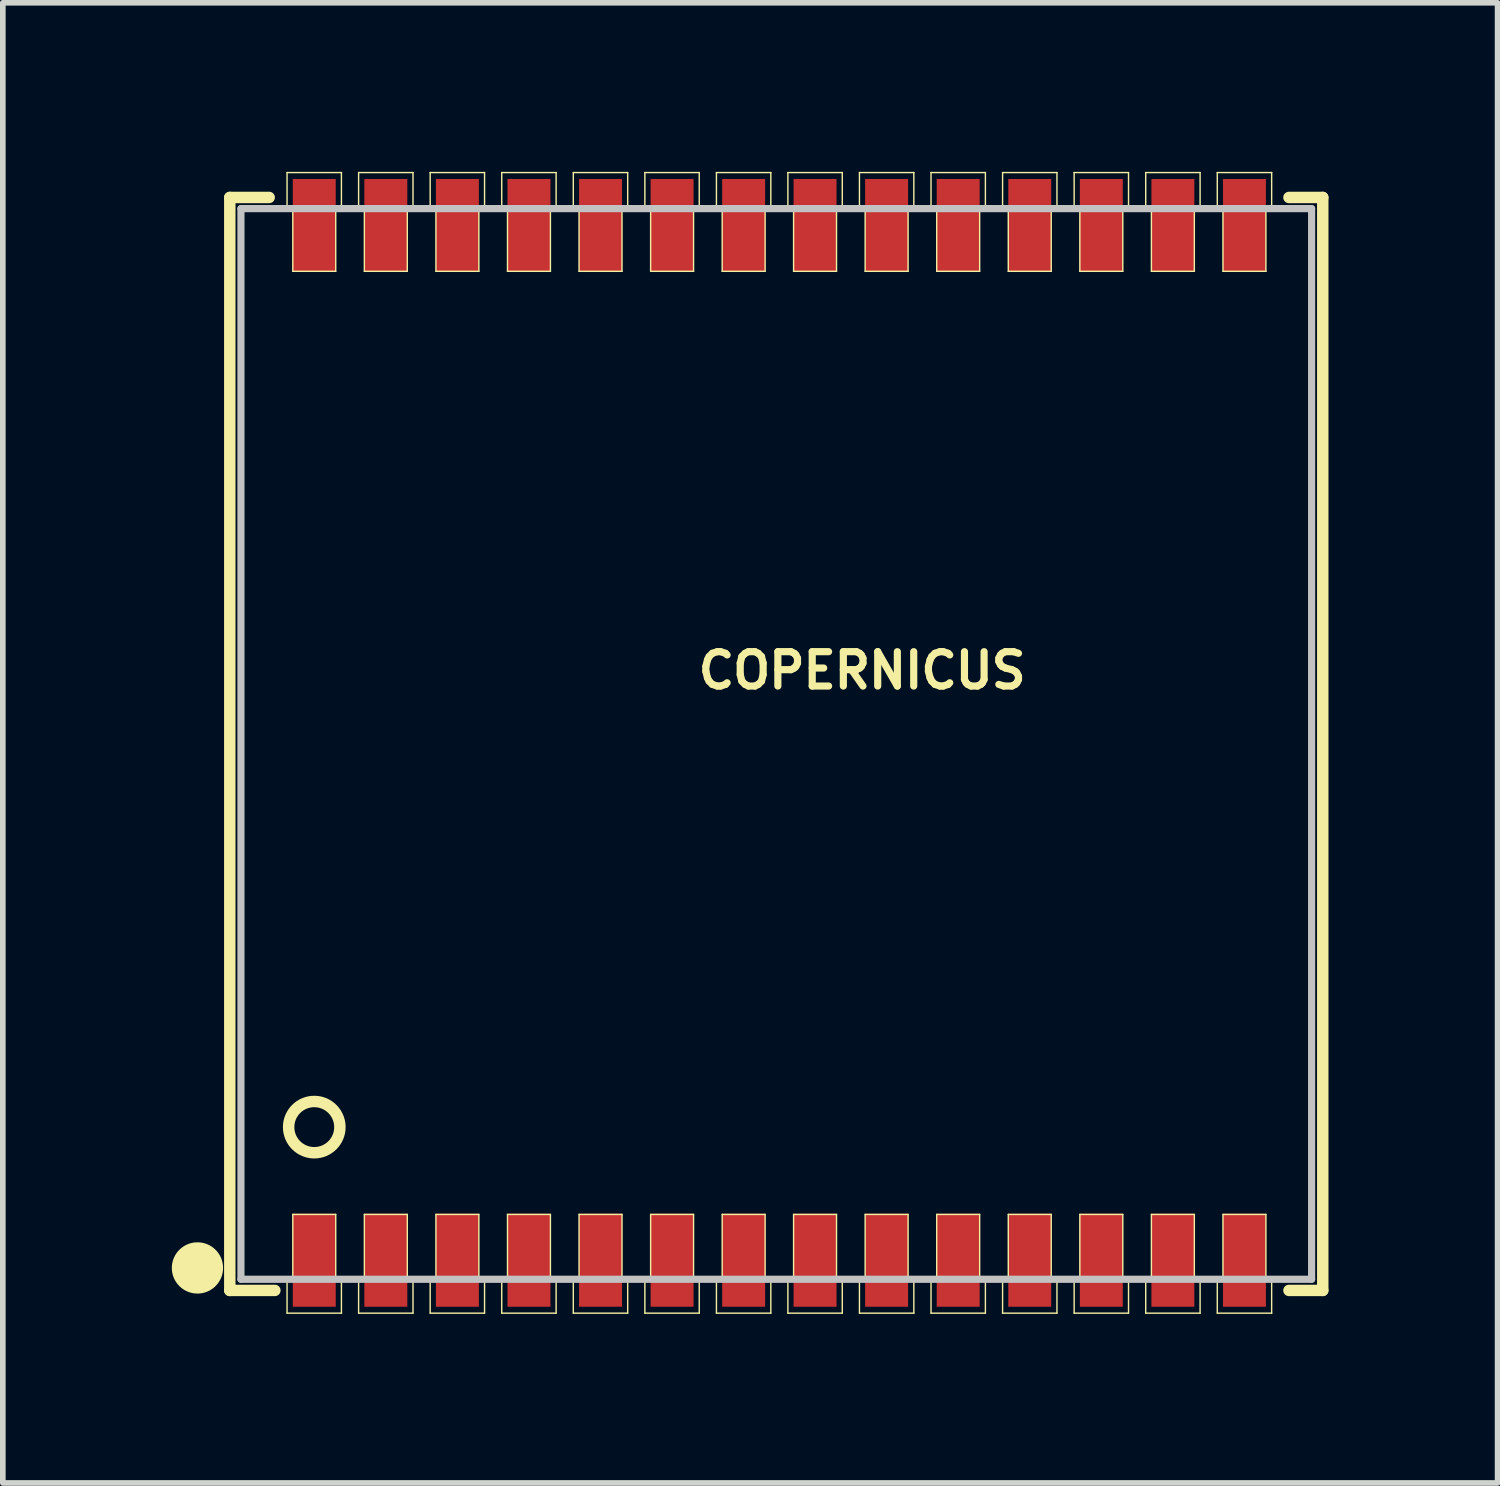
<source format=kicad_pcb>
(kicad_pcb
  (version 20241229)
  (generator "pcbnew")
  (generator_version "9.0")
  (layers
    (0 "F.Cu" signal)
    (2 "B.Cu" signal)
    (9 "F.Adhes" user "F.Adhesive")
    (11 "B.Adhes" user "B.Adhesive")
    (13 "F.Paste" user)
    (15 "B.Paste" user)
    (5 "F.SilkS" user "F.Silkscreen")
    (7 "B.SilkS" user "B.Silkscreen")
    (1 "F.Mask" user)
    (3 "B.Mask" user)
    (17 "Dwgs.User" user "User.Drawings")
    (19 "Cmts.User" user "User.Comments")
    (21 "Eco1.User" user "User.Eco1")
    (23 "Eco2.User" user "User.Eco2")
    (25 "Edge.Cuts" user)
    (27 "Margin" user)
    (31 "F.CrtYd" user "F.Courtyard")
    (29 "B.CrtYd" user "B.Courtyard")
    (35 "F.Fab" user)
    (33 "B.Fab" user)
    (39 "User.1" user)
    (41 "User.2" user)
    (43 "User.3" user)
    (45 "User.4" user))
  (footprint "COPERNICUS"
    (layer "F.Cu")
    (at 10.726 10.152)
    (property "Reference" "COPERNICUS" (at 1.524 -1.303 0) (layer "F.SilkS") (effects (font (size 0.61 0.61) (thickness 0.127))))
    (attr smd)
    (fp_line (start -9.698 -9.698) (end -9.698 9.698) (stroke (width 0.203) (type solid)) (layer "F.SilkS"))
    (fp_line (start -9.698 9.698) (end -8.898 9.698) (stroke (width 0.203) (type solid)) (layer "F.SilkS"))
    (fp_line (start -8.999 -9.698) (end -9.698 -9.698) (stroke (width 0.203) (type solid)) (layer "F.SilkS"))
    (fp_line (start -8.682 -10.14) (end -7.717 -10.14) (stroke (width 0.025) (type solid)) (layer "F.SilkS"))
    (fp_line (start -8.682 -9.53) (end -8.682 -10.14) (stroke (width 0.025) (type solid)) (layer "F.SilkS"))
    (fp_line (start -8.682 9.492) (end -8.58 9.492) (stroke (width 0.025) (type solid)) (layer "F.SilkS"))
    (fp_line (start -8.682 10.102) (end -8.682 9.492) (stroke (width 0.025) (type solid)) (layer "F.SilkS"))
    (fp_line (start -8.58 -9.53) (end -8.682 -9.53) (stroke (width 0.025) (type solid)) (layer "F.SilkS"))
    (fp_line (start -8.58 -8.387) (end -8.58 -9.53) (stroke (width 0.025) (type solid)) (layer "F.SilkS"))
    (fp_line (start -8.58 8.349) (end -7.818 8.349) (stroke (width 0.025) (type solid)) (layer "F.SilkS"))
    (fp_line (start -8.58 9.492) (end -8.58 8.349) (stroke (width 0.025) (type solid)) (layer "F.SilkS"))
    (fp_line (start -7.818 -9.53) (end -7.818 -8.387) (stroke (width 0.025) (type solid)) (layer "F.SilkS"))
    (fp_line (start -7.818 -8.387) (end -8.58 -8.387) (stroke (width 0.025) (type solid)) (layer "F.SilkS"))
    (fp_line (start -7.818 8.349) (end -7.818 9.492) (stroke (width 0.025) (type solid)) (layer "F.SilkS"))
    (fp_line (start -7.818 9.492) (end -7.717 9.492) (stroke (width 0.025) (type solid)) (layer "F.SilkS"))
    (fp_line (start -7.717 -10.14) (end -7.717 -9.53) (stroke (width 0.025) (type solid)) (layer "F.SilkS"))
    (fp_line (start -7.717 -9.53) (end -7.818 -9.53) (stroke (width 0.025) (type solid)) (layer "F.SilkS"))
    (fp_line (start -7.717 9.492) (end -7.717 10.102) (stroke (width 0.025) (type solid)) (layer "F.SilkS"))
    (fp_line (start -7.717 10.102) (end -8.682 10.102) (stroke (width 0.025) (type solid)) (layer "F.SilkS"))
    (fp_line (start -7.412 -10.14) (end -6.447 -10.14) (stroke (width 0.025) (type solid)) (layer "F.SilkS"))
    (fp_line (start -7.412 -9.53) (end -7.412 -10.14) (stroke (width 0.025) (type solid)) (layer "F.SilkS"))
    (fp_line (start -7.412 9.492) (end -7.31 9.492) (stroke (width 0.025) (type solid)) (layer "F.SilkS"))
    (fp_line (start -7.412 10.102) (end -7.412 9.492) (stroke (width 0.025) (type solid)) (layer "F.SilkS"))
    (fp_line (start -7.31 -9.53) (end -7.412 -9.53) (stroke (width 0.025) (type solid)) (layer "F.SilkS"))
    (fp_line (start -7.31 -8.387) (end -7.31 -9.53) (stroke (width 0.025) (type solid)) (layer "F.SilkS"))
    (fp_line (start -7.31 8.349) (end -6.548 8.349) (stroke (width 0.025) (type solid)) (layer "F.SilkS"))
    (fp_line (start -7.31 9.492) (end -7.31 8.349) (stroke (width 0.025) (type solid)) (layer "F.SilkS"))
    (fp_line (start -6.548 -9.53) (end -6.548 -8.387) (stroke (width 0.025) (type solid)) (layer "F.SilkS"))
    (fp_line (start -6.548 -8.387) (end -7.31 -8.387) (stroke (width 0.025) (type solid)) (layer "F.SilkS"))
    (fp_line (start -6.548 8.349) (end -6.548 9.492) (stroke (width 0.025) (type solid)) (layer "F.SilkS"))
    (fp_line (start -6.548 9.492) (end -6.447 9.492) (stroke (width 0.025) (type solid)) (layer "F.SilkS"))
    (fp_line (start -6.447 -10.14) (end -6.447 -9.53) (stroke (width 0.025) (type solid)) (layer "F.SilkS"))
    (fp_line (start -6.447 -9.53) (end -6.548 -9.53) (stroke (width 0.025) (type solid)) (layer "F.SilkS"))
    (fp_line (start -6.447 9.492) (end -6.447 10.102) (stroke (width 0.025) (type solid)) (layer "F.SilkS"))
    (fp_line (start -6.447 10.102) (end -7.412 10.102) (stroke (width 0.025) (type solid)) (layer "F.SilkS"))
    (fp_line (start -6.142 -10.14) (end -5.177 -10.14) (stroke (width 0.025) (type solid)) (layer "F.SilkS"))
    (fp_line (start -6.142 -9.53) (end -6.142 -10.14) (stroke (width 0.025) (type solid)) (layer "F.SilkS"))
    (fp_line (start -6.142 9.492) (end -6.04 9.492) (stroke (width 0.025) (type solid)) (layer "F.SilkS"))
    (fp_line (start -6.142 10.102) (end -6.142 9.492) (stroke (width 0.025) (type solid)) (layer "F.SilkS"))
    (fp_line (start -6.04 -9.53) (end -6.142 -9.53) (stroke (width 0.025) (type solid)) (layer "F.SilkS"))
    (fp_line (start -6.04 -8.387) (end -6.04 -9.53) (stroke (width 0.025) (type solid)) (layer "F.SilkS"))
    (fp_line (start -6.04 8.349) (end -5.278 8.349) (stroke (width 0.025) (type solid)) (layer "F.SilkS"))
    (fp_line (start -6.04 9.492) (end -6.04 8.349) (stroke (width 0.025) (type solid)) (layer "F.SilkS"))
    (fp_line (start -5.278 -9.53) (end -5.278 -8.387) (stroke (width 0.025) (type solid)) (layer "F.SilkS"))
    (fp_line (start -5.278 -8.387) (end -6.04 -8.387) (stroke (width 0.025) (type solid)) (layer "F.SilkS"))
    (fp_line (start -5.278 8.349) (end -5.278 9.492) (stroke (width 0.025) (type solid)) (layer "F.SilkS"))
    (fp_line (start -5.278 9.492) (end -5.177 9.492) (stroke (width 0.025) (type solid)) (layer "F.SilkS"))
    (fp_line (start -5.177 -10.14) (end -5.177 -9.53) (stroke (width 0.025) (type solid)) (layer "F.SilkS"))
    (fp_line (start -5.177 -9.53) (end -5.278 -9.53) (stroke (width 0.025) (type solid)) (layer "F.SilkS"))
    (fp_line (start -5.177 9.492) (end -5.177 10.102) (stroke (width 0.025) (type solid)) (layer "F.SilkS"))
    (fp_line (start -5.177 10.102) (end -6.142 10.102) (stroke (width 0.025) (type solid)) (layer "F.SilkS"))
    (fp_line (start -4.872 -10.14) (end -3.907 -10.14) (stroke (width 0.025) (type solid)) (layer "F.SilkS"))
    (fp_line (start -4.872 -9.53) (end -4.872 -10.14) (stroke (width 0.025) (type solid)) (layer "F.SilkS"))
    (fp_line (start -4.872 9.492) (end -4.77 9.492) (stroke (width 0.025) (type solid)) (layer "F.SilkS"))
    (fp_line (start -4.872 10.102) (end -4.872 9.492) (stroke (width 0.025) (type solid)) (layer "F.SilkS"))
    (fp_line (start -4.77 -9.53) (end -4.872 -9.53) (stroke (width 0.025) (type solid)) (layer "F.SilkS"))
    (fp_line (start -4.77 -8.387) (end -4.77 -9.53) (stroke (width 0.025) (type solid)) (layer "F.SilkS"))
    (fp_line (start -4.77 8.349) (end -4.008 8.349) (stroke (width 0.025) (type solid)) (layer "F.SilkS"))
    (fp_line (start -4.77 9.492) (end -4.77 8.349) (stroke (width 0.025) (type solid)) (layer "F.SilkS"))
    (fp_line (start -4.008 -9.53) (end -4.008 -8.387) (stroke (width 0.025) (type solid)) (layer "F.SilkS"))
    (fp_line (start -4.008 -8.387) (end -4.77 -8.387) (stroke (width 0.025) (type solid)) (layer "F.SilkS"))
    (fp_line (start -4.008 8.349) (end -4.008 9.492) (stroke (width 0.025) (type solid)) (layer "F.SilkS"))
    (fp_line (start -4.008 9.492) (end -3.907 9.492) (stroke (width 0.025) (type solid)) (layer "F.SilkS"))
    (fp_line (start -3.907 -10.14) (end -3.907 -9.53) (stroke (width 0.025) (type solid)) (layer "F.SilkS"))
    (fp_line (start -3.907 -9.53) (end -4.008 -9.53) (stroke (width 0.025) (type solid)) (layer "F.SilkS"))
    (fp_line (start -3.907 9.492) (end -3.907 10.102) (stroke (width 0.025) (type solid)) (layer "F.SilkS"))
    (fp_line (start -3.907 10.102) (end -4.872 10.102) (stroke (width 0.025) (type solid)) (layer "F.SilkS"))
    (fp_line (start -3.602 -10.14) (end -2.637 -10.14) (stroke (width 0.025) (type solid)) (layer "F.SilkS"))
    (fp_line (start -3.602 -9.53) (end -3.602 -10.14) (stroke (width 0.025) (type solid)) (layer "F.SilkS"))
    (fp_line (start -3.602 9.492) (end -3.5 9.492) (stroke (width 0.025) (type solid)) (layer "F.SilkS"))
    (fp_line (start -3.602 10.102) (end -3.602 9.492) (stroke (width 0.025) (type solid)) (layer "F.SilkS"))
    (fp_line (start -3.5 -9.53) (end -3.602 -9.53) (stroke (width 0.025) (type solid)) (layer "F.SilkS"))
    (fp_line (start -3.5 -8.387) (end -3.5 -9.53) (stroke (width 0.025) (type solid)) (layer "F.SilkS"))
    (fp_line (start -3.5 8.349) (end -2.738 8.349) (stroke (width 0.025) (type solid)) (layer "F.SilkS"))
    (fp_line (start -3.5 9.492) (end -3.5 8.349) (stroke (width 0.025) (type solid)) (layer "F.SilkS"))
    (fp_line (start -2.738 -9.53) (end -2.738 -8.387) (stroke (width 0.025) (type solid)) (layer "F.SilkS"))
    (fp_line (start -2.738 -8.387) (end -3.5 -8.387) (stroke (width 0.025) (type solid)) (layer "F.SilkS"))
    (fp_line (start -2.738 8.349) (end -2.738 9.492) (stroke (width 0.025) (type solid)) (layer "F.SilkS"))
    (fp_line (start -2.738 9.492) (end -2.637 9.492) (stroke (width 0.025) (type solid)) (layer "F.SilkS"))
    (fp_line (start -2.637 -10.14) (end -2.637 -9.53) (stroke (width 0.025) (type solid)) (layer "F.SilkS"))
    (fp_line (start -2.637 -9.53) (end -2.738 -9.53) (stroke (width 0.025) (type solid)) (layer "F.SilkS"))
    (fp_line (start -2.637 9.492) (end -2.637 10.102) (stroke (width 0.025) (type solid)) (layer "F.SilkS"))
    (fp_line (start -2.637 10.102) (end -3.602 10.102) (stroke (width 0.025) (type solid)) (layer "F.SilkS"))
    (fp_line (start -2.332 -10.14) (end -1.367 -10.14) (stroke (width 0.025) (type solid)) (layer "F.SilkS"))
    (fp_line (start -2.332 -9.53) (end -2.332 -10.14) (stroke (width 0.025) (type solid)) (layer "F.SilkS"))
    (fp_line (start -2.332 9.492) (end -2.23 9.492) (stroke (width 0.025) (type solid)) (layer "F.SilkS"))
    (fp_line (start -2.332 10.102) (end -2.332 9.492) (stroke (width 0.025) (type solid)) (layer "F.SilkS"))
    (fp_line (start -2.23 -9.53) (end -2.332 -9.53) (stroke (width 0.025) (type solid)) (layer "F.SilkS"))
    (fp_line (start -2.23 -8.387) (end -2.23 -9.53) (stroke (width 0.025) (type solid)) (layer "F.SilkS"))
    (fp_line (start -2.23 8.349) (end -1.468 8.349) (stroke (width 0.025) (type solid)) (layer "F.SilkS"))
    (fp_line (start -2.23 9.492) (end -2.23 8.349) (stroke (width 0.025) (type solid)) (layer "F.SilkS"))
    (fp_line (start -1.468 -9.53) (end -1.468 -8.387) (stroke (width 0.025) (type solid)) (layer "F.SilkS"))
    (fp_line (start -1.468 -8.387) (end -2.23 -8.387) (stroke (width 0.025) (type solid)) (layer "F.SilkS"))
    (fp_line (start -1.468 8.349) (end -1.468 9.492) (stroke (width 0.025) (type solid)) (layer "F.SilkS"))
    (fp_line (start -1.468 9.492) (end -1.367 9.492) (stroke (width 0.025) (type solid)) (layer "F.SilkS"))
    (fp_line (start -1.367 -10.14) (end -1.367 -9.53) (stroke (width 0.025) (type solid)) (layer "F.SilkS"))
    (fp_line (start -1.367 -9.53) (end -1.468 -9.53) (stroke (width 0.025) (type solid)) (layer "F.SilkS"))
    (fp_line (start -1.367 9.492) (end -1.367 10.102) (stroke (width 0.025) (type solid)) (layer "F.SilkS"))
    (fp_line (start -1.367 10.102) (end -2.332 10.102) (stroke (width 0.025) (type solid)) (layer "F.SilkS"))
    (fp_line (start -1.062 -10.14) (end -0.097 -10.14) (stroke (width 0.025) (type solid)) (layer "F.SilkS"))
    (fp_line (start -1.062 -9.53) (end -1.062 -10.14) (stroke (width 0.025) (type solid)) (layer "F.SilkS"))
    (fp_line (start -1.062 9.492) (end -0.96 9.492) (stroke (width 0.025) (type solid)) (layer "F.SilkS"))
    (fp_line (start -1.062 10.102) (end -1.062 9.492) (stroke (width 0.025) (type solid)) (layer "F.SilkS"))
    (fp_line (start -0.96 -9.53) (end -1.062 -9.53) (stroke (width 0.025) (type solid)) (layer "F.SilkS"))
    (fp_line (start -0.96 -8.387) (end -0.96 -9.53) (stroke (width 0.025) (type solid)) (layer "F.SilkS"))
    (fp_line (start -0.96 8.349) (end -0.198 8.349) (stroke (width 0.025) (type solid)) (layer "F.SilkS"))
    (fp_line (start -0.96 9.492) (end -0.96 8.349) (stroke (width 0.025) (type solid)) (layer "F.SilkS"))
    (fp_line (start -0.198 -9.53) (end -0.198 -8.387) (stroke (width 0.025) (type solid)) (layer "F.SilkS"))
    (fp_line (start -0.198 -8.387) (end -0.96 -8.387) (stroke (width 0.025) (type solid)) (layer "F.SilkS"))
    (fp_line (start -0.198 8.349) (end -0.198 9.492) (stroke (width 0.025) (type solid)) (layer "F.SilkS"))
    (fp_line (start -0.198 9.492) (end -0.097 9.492) (stroke (width 0.025) (type solid)) (layer "F.SilkS"))
    (fp_line (start -0.097 -10.14) (end -0.097 -9.53) (stroke (width 0.025) (type solid)) (layer "F.SilkS"))
    (fp_line (start -0.097 -9.53) (end -0.198 -9.53) (stroke (width 0.025) (type solid)) (layer "F.SilkS"))
    (fp_line (start -0.097 9.492) (end -0.097 10.102) (stroke (width 0.025) (type solid)) (layer "F.SilkS"))
    (fp_line (start -0.097 10.102) (end -1.062 10.102) (stroke (width 0.025) (type solid)) (layer "F.SilkS"))
    (fp_line (start 0.206 -10.14) (end 1.171 -10.14) (stroke (width 0.025) (type solid)) (layer "F.SilkS"))
    (fp_line (start 0.206 -9.53) (end 0.206 -10.14) (stroke (width 0.025) (type solid)) (layer "F.SilkS"))
    (fp_line (start 0.206 9.492) (end 0.307 9.492) (stroke (width 0.025) (type solid)) (layer "F.SilkS"))
    (fp_line (start 0.206 10.102) (end 0.206 9.492) (stroke (width 0.025) (type solid)) (layer "F.SilkS"))
    (fp_line (start 0.307 -9.53) (end 0.206 -9.53) (stroke (width 0.025) (type solid)) (layer "F.SilkS"))
    (fp_line (start 0.307 -8.387) (end 0.307 -9.53) (stroke (width 0.025) (type solid)) (layer "F.SilkS"))
    (fp_line (start 0.307 8.349) (end 1.069 8.349) (stroke (width 0.025) (type solid)) (layer "F.SilkS"))
    (fp_line (start 0.307 9.492) (end 0.307 8.349) (stroke (width 0.025) (type solid)) (layer "F.SilkS"))
    (fp_line (start 1.069 -9.53) (end 1.069 -8.387) (stroke (width 0.025) (type solid)) (layer "F.SilkS"))
    (fp_line (start 1.069 -8.387) (end 0.307 -8.387) (stroke (width 0.025) (type solid)) (layer "F.SilkS"))
    (fp_line (start 1.069 8.349) (end 1.069 9.492) (stroke (width 0.025) (type solid)) (layer "F.SilkS"))
    (fp_line (start 1.069 9.492) (end 1.171 9.492) (stroke (width 0.025) (type solid)) (layer "F.SilkS"))
    (fp_line (start 1.171 -10.14) (end 1.171 -9.53) (stroke (width 0.025) (type solid)) (layer "F.SilkS"))
    (fp_line (start 1.171 -9.53) (end 1.069 -9.53) (stroke (width 0.025) (type solid)) (layer "F.SilkS"))
    (fp_line (start 1.171 9.492) (end 1.171 10.102) (stroke (width 0.025) (type solid)) (layer "F.SilkS"))
    (fp_line (start 1.171 10.102) (end 0.206 10.102) (stroke (width 0.025) (type solid)) (layer "F.SilkS"))
    (fp_line (start 1.476 -10.14) (end 2.441 -10.14) (stroke (width 0.025) (type solid)) (layer "F.SilkS"))
    (fp_line (start 1.476 -9.53) (end 1.476 -10.14) (stroke (width 0.025) (type solid)) (layer "F.SilkS"))
    (fp_line (start 1.476 9.492) (end 1.577 9.492) (stroke (width 0.025) (type solid)) (layer "F.SilkS"))
    (fp_line (start 1.476 10.102) (end 1.476 9.492) (stroke (width 0.025) (type solid)) (layer "F.SilkS"))
    (fp_line (start 1.577 -9.53) (end 1.476 -9.53) (stroke (width 0.025) (type solid)) (layer "F.SilkS"))
    (fp_line (start 1.577 -8.387) (end 1.577 -9.53) (stroke (width 0.025) (type solid)) (layer "F.SilkS"))
    (fp_line (start 1.577 8.349) (end 2.339 8.349) (stroke (width 0.025) (type solid)) (layer "F.SilkS"))
    (fp_line (start 1.577 9.492) (end 1.577 8.349) (stroke (width 0.025) (type solid)) (layer "F.SilkS"))
    (fp_line (start 2.339 -9.53) (end 2.339 -8.387) (stroke (width 0.025) (type solid)) (layer "F.SilkS"))
    (fp_line (start 2.339 -8.387) (end 1.577 -8.387) (stroke (width 0.025) (type solid)) (layer "F.SilkS"))
    (fp_line (start 2.339 8.349) (end 2.339 9.492) (stroke (width 0.025) (type solid)) (layer "F.SilkS"))
    (fp_line (start 2.339 9.492) (end 2.441 9.492) (stroke (width 0.025) (type solid)) (layer "F.SilkS"))
    (fp_line (start 2.441 -10.14) (end 2.441 -9.53) (stroke (width 0.025) (type solid)) (layer "F.SilkS"))
    (fp_line (start 2.441 -9.53) (end 2.339 -9.53) (stroke (width 0.025) (type solid)) (layer "F.SilkS"))
    (fp_line (start 2.441 9.492) (end 2.441 10.102) (stroke (width 0.025) (type solid)) (layer "F.SilkS"))
    (fp_line (start 2.441 10.102) (end 1.476 10.102) (stroke (width 0.025) (type solid)) (layer "F.SilkS"))
    (fp_line (start 2.746 -10.14) (end 3.711 -10.14) (stroke (width 0.025) (type solid)) (layer "F.SilkS"))
    (fp_line (start 2.746 -9.53) (end 2.746 -10.14) (stroke (width 0.025) (type solid)) (layer "F.SilkS"))
    (fp_line (start 2.746 9.492) (end 2.847 9.492) (stroke (width 0.025) (type solid)) (layer "F.SilkS"))
    (fp_line (start 2.746 10.102) (end 2.746 9.492) (stroke (width 0.025) (type solid)) (layer "F.SilkS"))
    (fp_line (start 2.847 -9.53) (end 2.746 -9.53) (stroke (width 0.025) (type solid)) (layer "F.SilkS"))
    (fp_line (start 2.847 -8.387) (end 2.847 -9.53) (stroke (width 0.025) (type solid)) (layer "F.SilkS"))
    (fp_line (start 2.847 8.349) (end 3.609 8.349) (stroke (width 0.025) (type solid)) (layer "F.SilkS"))
    (fp_line (start 2.847 9.492) (end 2.847 8.349) (stroke (width 0.025) (type solid)) (layer "F.SilkS"))
    (fp_line (start 3.609 -9.53) (end 3.609 -8.387) (stroke (width 0.025) (type solid)) (layer "F.SilkS"))
    (fp_line (start 3.609 -8.387) (end 2.847 -8.387) (stroke (width 0.025) (type solid)) (layer "F.SilkS"))
    (fp_line (start 3.609 8.349) (end 3.609 9.492) (stroke (width 0.025) (type solid)) (layer "F.SilkS"))
    (fp_line (start 3.609 9.492) (end 3.711 9.492) (stroke (width 0.025) (type solid)) (layer "F.SilkS"))
    (fp_line (start 3.711 -10.14) (end 3.711 -9.53) (stroke (width 0.025) (type solid)) (layer "F.SilkS"))
    (fp_line (start 3.711 -9.53) (end 3.609 -9.53) (stroke (width 0.025) (type solid)) (layer "F.SilkS"))
    (fp_line (start 3.711 9.492) (end 3.711 10.102) (stroke (width 0.025) (type solid)) (layer "F.SilkS"))
    (fp_line (start 3.711 10.102) (end 2.746 10.102) (stroke (width 0.025) (type solid)) (layer "F.SilkS"))
    (fp_line (start 4.016 -10.14) (end 4.981 -10.14) (stroke (width 0.025) (type solid)) (layer "F.SilkS"))
    (fp_line (start 4.016 -9.53) (end 4.016 -10.14) (stroke (width 0.025) (type solid)) (layer "F.SilkS"))
    (fp_line (start 4.016 9.492) (end 4.117 9.492) (stroke (width 0.025) (type solid)) (layer "F.SilkS"))
    (fp_line (start 4.016 10.102) (end 4.016 9.492) (stroke (width 0.025) (type solid)) (layer "F.SilkS"))
    (fp_line (start 4.117 -9.53) (end 4.016 -9.53) (stroke (width 0.025) (type solid)) (layer "F.SilkS"))
    (fp_line (start 4.117 -8.387) (end 4.117 -9.53) (stroke (width 0.025) (type solid)) (layer "F.SilkS"))
    (fp_line (start 4.117 8.349) (end 4.879 8.349) (stroke (width 0.025) (type solid)) (layer "F.SilkS"))
    (fp_line (start 4.117 9.492) (end 4.117 8.349) (stroke (width 0.025) (type solid)) (layer "F.SilkS"))
    (fp_line (start 4.879 -9.53) (end 4.879 -8.387) (stroke (width 0.025) (type solid)) (layer "F.SilkS"))
    (fp_line (start 4.879 -8.387) (end 4.117 -8.387) (stroke (width 0.025) (type solid)) (layer "F.SilkS"))
    (fp_line (start 4.879 8.349) (end 4.879 9.492) (stroke (width 0.025) (type solid)) (layer "F.SilkS"))
    (fp_line (start 4.879 9.492) (end 4.981 9.492) (stroke (width 0.025) (type solid)) (layer "F.SilkS"))
    (fp_line (start 4.981 -10.14) (end 4.981 -9.53) (stroke (width 0.025) (type solid)) (layer "F.SilkS"))
    (fp_line (start 4.981 -9.53) (end 4.879 -9.53) (stroke (width 0.025) (type solid)) (layer "F.SilkS"))
    (fp_line (start 4.981 9.492) (end 4.981 10.102) (stroke (width 0.025) (type solid)) (layer "F.SilkS"))
    (fp_line (start 4.981 10.102) (end 4.016 10.102) (stroke (width 0.025) (type solid)) (layer "F.SilkS"))
    (fp_line (start 5.286 -10.14) (end 6.251 -10.14) (stroke (width 0.025) (type solid)) (layer "F.SilkS"))
    (fp_line (start 5.286 -9.53) (end 5.286 -10.14) (stroke (width 0.025) (type solid)) (layer "F.SilkS"))
    (fp_line (start 5.286 9.492) (end 5.387 9.492) (stroke (width 0.025) (type solid)) (layer "F.SilkS"))
    (fp_line (start 5.286 10.102) (end 5.286 9.492) (stroke (width 0.025) (type solid)) (layer "F.SilkS"))
    (fp_line (start 5.387 -9.53) (end 5.286 -9.53) (stroke (width 0.025) (type solid)) (layer "F.SilkS"))
    (fp_line (start 5.387 -8.387) (end 5.387 -9.53) (stroke (width 0.025) (type solid)) (layer "F.SilkS"))
    (fp_line (start 5.387 8.349) (end 6.149 8.349) (stroke (width 0.025) (type solid)) (layer "F.SilkS"))
    (fp_line (start 5.387 9.492) (end 5.387 8.349) (stroke (width 0.025) (type solid)) (layer "F.SilkS"))
    (fp_line (start 6.149 -9.53) (end 6.149 -8.387) (stroke (width 0.025) (type solid)) (layer "F.SilkS"))
    (fp_line (start 6.149 -8.387) (end 5.387 -8.387) (stroke (width 0.025) (type solid)) (layer "F.SilkS"))
    (fp_line (start 6.149 8.349) (end 6.149 9.492) (stroke (width 0.025) (type solid)) (layer "F.SilkS"))
    (fp_line (start 6.149 9.492) (end 6.251 9.492) (stroke (width 0.025) (type solid)) (layer "F.SilkS"))
    (fp_line (start 6.251 -10.14) (end 6.251 -9.53) (stroke (width 0.025) (type solid)) (layer "F.SilkS"))
    (fp_line (start 6.251 -9.53) (end 6.149 -9.53) (stroke (width 0.025) (type solid)) (layer "F.SilkS"))
    (fp_line (start 6.251 9.492) (end 6.251 10.102) (stroke (width 0.025) (type solid)) (layer "F.SilkS"))
    (fp_line (start 6.251 10.102) (end 5.286 10.102) (stroke (width 0.025) (type solid)) (layer "F.SilkS"))
    (fp_line (start 6.556 -10.14) (end 7.521 -10.14) (stroke (width 0.025) (type solid)) (layer "F.SilkS"))
    (fp_line (start 6.556 -9.53) (end 6.556 -10.14) (stroke (width 0.025) (type solid)) (layer "F.SilkS"))
    (fp_line (start 6.556 9.492) (end 6.657 9.492) (stroke (width 0.025) (type solid)) (layer "F.SilkS"))
    (fp_line (start 6.556 10.102) (end 6.556 9.492) (stroke (width 0.025) (type solid)) (layer "F.SilkS"))
    (fp_line (start 6.657 -9.53) (end 6.556 -9.53) (stroke (width 0.025) (type solid)) (layer "F.SilkS"))
    (fp_line (start 6.657 -8.387) (end 6.657 -9.53) (stroke (width 0.025) (type solid)) (layer "F.SilkS"))
    (fp_line (start 6.657 8.349) (end 7.419 8.349) (stroke (width 0.025) (type solid)) (layer "F.SilkS"))
    (fp_line (start 6.657 9.492) (end 6.657 8.349) (stroke (width 0.025) (type solid)) (layer "F.SilkS"))
    (fp_line (start 7.419 -9.53) (end 7.419 -8.387) (stroke (width 0.025) (type solid)) (layer "F.SilkS"))
    (fp_line (start 7.419 -8.387) (end 6.657 -8.387) (stroke (width 0.025) (type solid)) (layer "F.SilkS"))
    (fp_line (start 7.419 8.349) (end 7.419 9.492) (stroke (width 0.025) (type solid)) (layer "F.SilkS"))
    (fp_line (start 7.419 9.492) (end 7.521 9.492) (stroke (width 0.025) (type solid)) (layer "F.SilkS"))
    (fp_line (start 7.521 -10.14) (end 7.521 -9.53) (stroke (width 0.025) (type solid)) (layer "F.SilkS"))
    (fp_line (start 7.521 -9.53) (end 7.419 -9.53) (stroke (width 0.025) (type solid)) (layer "F.SilkS"))
    (fp_line (start 7.521 9.492) (end 7.521 10.102) (stroke (width 0.025) (type solid)) (layer "F.SilkS"))
    (fp_line (start 7.521 10.102) (end 6.556 10.102) (stroke (width 0.025) (type solid)) (layer "F.SilkS"))
    (fp_line (start 7.826 -10.14) (end 8.791 -10.14) (stroke (width 0.025) (type solid)) (layer "F.SilkS"))
    (fp_line (start 7.826 -9.53) (end 7.826 -10.14) (stroke (width 0.025) (type solid)) (layer "F.SilkS"))
    (fp_line (start 7.826 9.492) (end 7.927 9.492) (stroke (width 0.025) (type solid)) (layer "F.SilkS"))
    (fp_line (start 7.826 10.102) (end 7.826 9.492) (stroke (width 0.025) (type solid)) (layer "F.SilkS"))
    (fp_line (start 7.927 -9.53) (end 7.826 -9.53) (stroke (width 0.025) (type solid)) (layer "F.SilkS"))
    (fp_line (start 7.927 -8.387) (end 7.927 -9.53) (stroke (width 0.025) (type solid)) (layer "F.SilkS"))
    (fp_line (start 7.927 8.349) (end 8.689 8.349) (stroke (width 0.025) (type solid)) (layer "F.SilkS"))
    (fp_line (start 7.927 9.492) (end 7.927 8.349) (stroke (width 0.025) (type solid)) (layer "F.SilkS"))
    (fp_line (start 8.689 -9.53) (end 8.689 -8.387) (stroke (width 0.025) (type solid)) (layer "F.SilkS"))
    (fp_line (start 8.689 -8.387) (end 7.927 -8.387) (stroke (width 0.025) (type solid)) (layer "F.SilkS"))
    (fp_line (start 8.689 8.349) (end 8.689 9.492) (stroke (width 0.025) (type solid)) (layer "F.SilkS"))
    (fp_line (start 8.689 9.492) (end 8.791 9.492) (stroke (width 0.025) (type solid)) (layer "F.SilkS"))
    (fp_line (start 8.791 -10.14) (end 8.791 -9.53) (stroke (width 0.025) (type solid)) (layer "F.SilkS"))
    (fp_line (start 8.791 -9.53) (end 8.689 -9.53) (stroke (width 0.025) (type solid)) (layer "F.SilkS"))
    (fp_line (start 8.791 9.492) (end 8.791 10.102) (stroke (width 0.025) (type solid)) (layer "F.SilkS"))
    (fp_line (start 8.791 10.102) (end 7.826 10.102) (stroke (width 0.025) (type solid)) (layer "F.SilkS"))
    (fp_line (start 9.098 9.698) (end 9.698 9.698) (stroke (width 0.203) (type solid)) (layer "F.SilkS"))
    (fp_line (start 9.698 -9.698) (end 9.098 -9.698) (stroke (width 0.203) (type solid)) (layer "F.SilkS"))
    (fp_line (start 9.698 -9.698) (end 9.698 9.698) (stroke (width 0.203) (type solid)) (layer "F.SilkS"))
    (fp_circle (center -10.272 9.299) (end -10.272 8.844) (stroke (width 0) (type solid)) (fill yes) (layer "F.SilkS"))
    (fp_circle (center -8.199 6.8) (end -8.199 6.345) (stroke (width 0.203) (type solid)) (fill no) (layer "F.SilkS"))
    (fp_line (start -9.5 -9.5) (end -9.5 9.5) (stroke (width 0.127) (type solid)) (layer "Dwgs.User"))
    (fp_line (start -9.5 -9.5) (end 9.5 -9.5) (stroke (width 0.127) (type solid)) (layer "Dwgs.User"))
    (fp_line (start -9.5 9.5) (end 9.5 9.5) (stroke (width 0.127) (type solid)) (layer "Dwgs.User"))
    (fp_line (start 9.5 -9.5) (end 9.5 9.5) (stroke (width 0.127) (type solid)) (layer "Dwgs.User"))
    (pad "1" smd rect (at -8.199 9.162 180) (size 0.762 1.651) (layers "F.Cu" "F.Mask" "F.Paste"))
    (pad "2" smd rect (at -6.929 9.162 180) (size 0.762 1.651) (layers "F.Cu" "F.Mask" "F.Paste"))
    (pad "3" smd rect (at -5.659 9.162 180) (size 0.762 1.651) (layers "F.Cu" "F.Mask" "F.Paste"))
    (pad "4" smd rect (at -4.389 9.162 180) (size 0.762 1.651) (layers "F.Cu" "F.Mask" "F.Paste"))
    (pad "5" smd rect (at -3.119 9.162 180) (size 0.762 1.651) (layers "F.Cu" "F.Mask" "F.Paste"))
    (pad "6" smd rect (at -1.849 9.162 180) (size 0.762 1.651) (layers "F.Cu" "F.Mask" "F.Paste"))
    (pad "7" smd rect (at -0.579 9.162 180) (size 0.762 1.651) (layers "F.Cu" "F.Mask" "F.Paste"))
    (pad "8" smd rect (at 0.688 9.162 180) (size 0.762 1.651) (layers "F.Cu" "F.Mask" "F.Paste"))
    (pad "9" smd rect (at 1.958 9.162 180) (size 0.762 1.651) (layers "F.Cu" "F.Mask" "F.Paste"))
    (pad "10" smd rect (at 3.228 9.162 180) (size 0.762 1.651) (layers "F.Cu" "F.Mask" "F.Paste"))
    (pad "11" smd rect (at 4.498 9.162 180) (size 0.762 1.651) (layers "F.Cu" "F.Mask" "F.Paste"))
    (pad "12" smd rect (at 5.768 9.162 180) (size 0.762 1.651) (layers "F.Cu" "F.Mask" "F.Paste"))
    (pad "13" smd rect (at 7.038 9.162 180) (size 0.762 1.651) (layers "F.Cu" "F.Mask" "F.Paste"))
    (pad "14" smd rect (at 8.308 9.162 180) (size 0.762 1.651) (layers "F.Cu" "F.Mask" "F.Paste"))
    (pad "15" smd rect (at 8.308 -9.2 180) (size 0.762 1.651) (layers "F.Cu" "F.Mask" "F.Paste"))
    (pad "16" smd rect (at 7.038 -9.2 180) (size 0.762 1.651) (layers "F.Cu" "F.Mask" "F.Paste"))
    (pad "17" smd rect (at 5.768 -9.2 180) (size 0.762 1.651) (layers "F.Cu" "F.Mask" "F.Paste"))
    (pad "18" smd rect (at 4.498 -9.2 180) (size 0.762 1.651) (layers "F.Cu" "F.Mask" "F.Paste"))
    (pad "19" smd rect (at 3.228 -9.2 180) (size 0.762 1.651) (layers "F.Cu" "F.Mask" "F.Paste"))
    (pad "20" smd rect (at 1.958 -9.2 180) (size 0.762 1.651) (layers "F.Cu" "F.Mask" "F.Paste"))
    (pad "21" smd rect (at 0.688 -9.2 180) (size 0.762 1.651) (layers "F.Cu" "F.Mask" "F.Paste"))
    (pad "22" smd rect (at -0.579 -9.2 180) (size 0.762 1.651) (layers "F.Cu" "F.Mask" "F.Paste"))
    (pad "23" smd rect (at -1.849 -9.2 180) (size 0.762 1.651) (layers "F.Cu" "F.Mask" "F.Paste"))
    (pad "24" smd rect (at -3.119 -9.2 180) (size 0.762 1.651) (layers "F.Cu" "F.Mask" "F.Paste"))
    (pad "25" smd rect (at -4.389 -9.2 180) (size 0.762 1.651) (layers "F.Cu" "F.Mask" "F.Paste"))
    (pad "26" smd rect (at -5.659 -9.2 180) (size 0.762 1.651) (layers "F.Cu" "F.Mask" "F.Paste"))
    (pad "27" smd rect (at -6.929 -9.2 180) (size 0.762 1.651) (layers "F.Cu" "F.Mask" "F.Paste"))
    (pad "28" smd rect (at -8.199 -9.2 180) (size 0.762 1.651) (layers "F.Cu" "F.Mask" "F.Paste")))
  (gr_rect
    (start -3 -3)
    (end 23.526 23.267)
    (stroke (width 0.1) (type default))
    (fill no)
    (layer "Edge.Cuts")))
</source>
